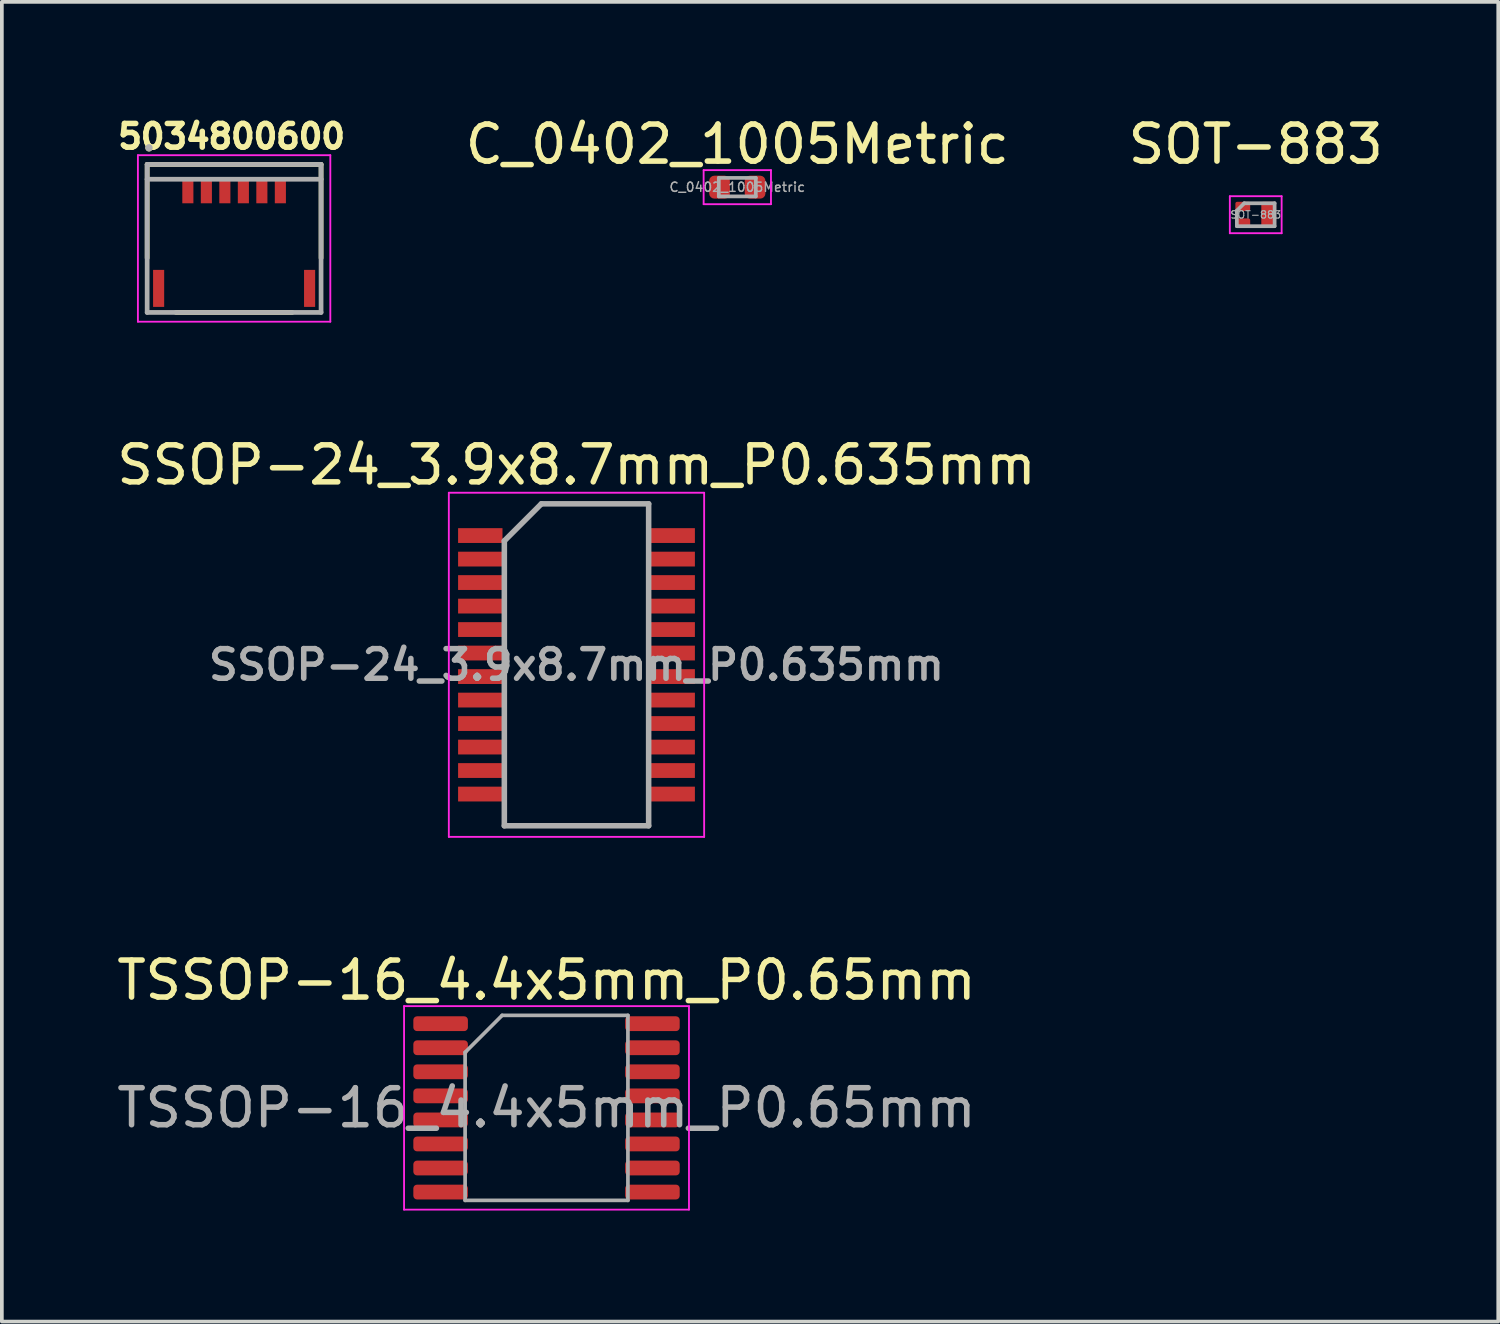
<source format=kicad_pcb>
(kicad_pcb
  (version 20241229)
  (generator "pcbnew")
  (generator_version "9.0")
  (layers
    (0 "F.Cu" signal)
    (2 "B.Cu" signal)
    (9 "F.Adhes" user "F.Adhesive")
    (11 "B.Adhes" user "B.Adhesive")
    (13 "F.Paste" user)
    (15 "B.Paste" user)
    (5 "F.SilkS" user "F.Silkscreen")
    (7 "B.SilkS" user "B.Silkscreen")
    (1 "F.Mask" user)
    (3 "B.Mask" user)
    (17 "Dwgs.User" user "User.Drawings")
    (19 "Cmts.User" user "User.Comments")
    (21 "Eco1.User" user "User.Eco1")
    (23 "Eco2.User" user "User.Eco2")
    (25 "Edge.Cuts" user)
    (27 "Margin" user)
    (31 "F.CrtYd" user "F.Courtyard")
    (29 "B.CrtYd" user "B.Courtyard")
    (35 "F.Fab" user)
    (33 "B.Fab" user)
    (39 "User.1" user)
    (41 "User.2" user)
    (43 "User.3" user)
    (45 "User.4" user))
  (footprint "C_0402_1005Metric"
    (layer "F.Cu")
    (at 16.876 2.008)
    (property "Reference" "C_0402_1005Metric" (at 0 -1.16 0) (layer "F.SilkS") (effects (font (size 1 1) (thickness 0.15))))
    (attr smd)
    (fp_line (start -0.91 -0.46) (end 0.91 -0.46) (stroke (width 0.05) (type solid)) (layer "F.CrtYd"))
    (fp_line (start -0.91 0.46) (end -0.91 -0.46) (stroke (width 0.05) (type solid)) (layer "F.CrtYd"))
    (fp_line (start 0.91 -0.46) (end 0.91 0.46) (stroke (width 0.05) (type solid)) (layer "F.CrtYd"))
    (fp_line (start 0.91 0.46) (end -0.91 0.46) (stroke (width 0.05) (type solid)) (layer "F.CrtYd"))
    (fp_line (start -0.5 -0.25) (end 0.5 -0.25) (stroke (width 0.1) (type solid)) (layer "F.Fab"))
    (fp_line (start -0.5 0.25) (end -0.5 -0.25) (stroke (width 0.1) (type solid)) (layer "F.Fab"))
    (fp_line (start 0.5 -0.25) (end 0.5 0.25) (stroke (width 0.1) (type solid)) (layer "F.Fab"))
    (fp_line (start 0.5 0.25) (end -0.5 0.25) (stroke (width 0.1) (type solid)) (layer "F.Fab"))
    (fp_text user "${REFERENCE}" (at 0 0 0) (layer "F.Fab") (effects (font (size 0.25 0.25) (thickness 0.04))))
    (pad "1" smd roundrect (at -0.48 0) (size 0.56 0.62) (layers "F.Cu" "F.Mask" "F.Paste") (roundrect_rratio 0.25))
    (pad "2" smd roundrect (at 0.48 0) (size 0.56 0.62) (layers "F.Cu" "F.Mask" "F.Paste") (roundrect_rratio 0.25)))
  (footprint "5034800600"
    (layer "F.Cu")
    (at 3.277 3.494)
    (property "Reference" "5034800600" (at -0.068 -2.856 0) (layer "F.SilkS") (effects (font (size 0.64 0.64) (thickness 0.15))))
    (attr smd)
    (fp_line (start -2.35 -2.1) (end -2.35 0.43) (stroke (width 0.127) (type solid)) (layer "F.SilkS"))
    (fp_line (start -2.35 -2.1) (end 2.35 -2.1) (stroke (width 0.127) (type solid)) (layer "F.SilkS"))
    (fp_line (start -1.57 1.9) (end 1.57 1.9) (stroke (width 0.127) (type solid)) (layer "F.SilkS"))
    (fp_line (start 2.35 -2.1) (end 2.35 0.43) (stroke (width 0.127) (type solid)) (layer "F.SilkS"))
    (fp_circle (center -2.3 -2.55) (end -2.25 -2.55) (stroke (width 0.1) (type solid)) (fill no) (layer "F.SilkS"))
    (fp_line (start -2.6 -2.35) (end -2.6 2.15) (stroke (width 0.05) (type solid)) (layer "F.CrtYd"))
    (fp_line (start -2.6 2.15) (end 2.6 2.15) (stroke (width 0.05) (type solid)) (layer "F.CrtYd"))
    (fp_line (start 2.6 -2.35) (end -2.6 -2.35) (stroke (width 0.05) (type solid)) (layer "F.CrtYd"))
    (fp_line (start 2.6 2.15) (end 2.6 -2.35) (stroke (width 0.05) (type solid)) (layer "F.CrtYd"))
    (fp_line (start -2.35 -2.1) (end 2.35 -2.1) (stroke (width 0.127) (type solid)) (layer "F.Fab"))
    (fp_line (start -2.35 -1.7) (end -2.35 -2.1) (stroke (width 0.127) (type solid)) (layer "F.Fab"))
    (fp_line (start -2.35 -1.7) (end 2.35 -1.7) (stroke (width 0.127) (type solid)) (layer "F.Fab"))
    (fp_line (start -2.35 1.9) (end -2.35 -1.7) (stroke (width 0.127) (type solid)) (layer "F.Fab"))
    (fp_line (start 2.35 -2.1) (end 2.35 -1.7) (stroke (width 0.127) (type solid)) (layer "F.Fab"))
    (fp_line (start 2.35 -1.7) (end 2.35 1.9) (stroke (width 0.127) (type solid)) (layer "F.Fab"))
    (fp_line (start 2.35 1.9) (end -2.35 1.9) (stroke (width 0.127) (type solid)) (layer "F.Fab"))
    (fp_circle (center -2.3 -2.55) (end -2.25 -2.55) (stroke (width 0.1) (type solid)) (fill no) (layer "F.Fab"))
    (pad "1" smd rect (at -1.25 -1.4) (size 0.3 0.7) (layers "F.Cu" "F.Mask" "F.Paste"))
    (pad "2" smd rect (at -0.75 -1.4) (size 0.3 0.7) (layers "F.Cu" "F.Mask" "F.Paste"))
    (pad "3" smd rect (at -0.25 -1.4) (size 0.3 0.7) (layers "F.Cu" "F.Mask" "F.Paste"))
    (pad "4" smd rect (at 0.25 -1.4) (size 0.3 0.7) (layers "F.Cu" "F.Mask" "F.Paste"))
    (pad "5" smd rect (at 0.75 -1.4) (size 0.3 0.7) (layers "F.Cu" "F.Mask" "F.Paste"))
    (pad "6" smd rect (at 1.25 -1.4) (size 0.3 0.7) (layers "F.Cu" "F.Mask" "F.Paste"))
    (pad "SH" smd rect (at -2.04 1.25) (size 0.3 1) (layers "F.Cu" "F.Mask" "F.Paste"))
    (pad "SH" smd rect (at 2.04 1.25) (size 0.3 1) (layers "F.Cu" "F.Mask" "F.Paste")))
  (footprint "SOT-883"
    (layer "F.Cu")
    (at 30.887 2.753)
    (property "Reference" "SOT-883" (at 0 -1.905 0) (layer "F.SilkS") (effects (font (size 1 1) (thickness 0.15))))
    (attr smd)
    (fp_line (start -0.7 -0.5) (end 0.7 -0.5) (stroke (width 0.05) (type solid)) (layer "F.CrtYd"))
    (fp_line (start -0.7 0.5) (end -0.7 -0.5) (stroke (width 0.05) (type solid)) (layer "F.CrtYd"))
    (fp_line (start 0.7 -0.5) (end 0.7 0.5) (stroke (width 0.05) (type solid)) (layer "F.CrtYd"))
    (fp_line (start 0.7 0.5) (end -0.7 0.5) (stroke (width 0.05) (type solid)) (layer "F.CrtYd"))
    (fp_line (start -0.51 0.31) (end -0.51 -0.11) (stroke (width 0.1) (type solid)) (layer "F.Fab"))
    (fp_line (start -0.31 -0.31) (end -0.51 -0.11) (stroke (width 0.1) (type solid)) (layer "F.Fab"))
    (fp_line (start -0.31 -0.31) (end 0.51 -0.31) (stroke (width 0.1) (type solid)) (layer "F.Fab"))
    (fp_line (start 0.51 -0.31) (end 0.51 0.31) (stroke (width 0.1) (type solid)) (layer "F.Fab"))
    (fp_line (start 0.51 0.31) (end -0.51 0.31) (stroke (width 0.1) (type solid)) (layer "F.Fab"))
    (fp_text user "${REFERENCE}" (at 0 0 0) (layer "F.Fab") (effects (font (size 0.2 0.2) (thickness 0.03))))
    (pad "1" smd roundrect (at -0.35 -0.225) (size 0.4 0.25) (layers "F.Cu" "F.Mask" "F.Paste") (roundrect_rratio 0.2))
    (pad "2" smd roundrect (at -0.35 0.225) (size 0.4 0.25) (layers "F.Cu" "F.Mask" "F.Paste") (roundrect_rratio 0.2))
    (pad "3" smd roundrect (at 0.35 0) (size 0.4 0.7) (layers "F.Cu" "F.Mask" "F.Paste") (roundrect_rratio 0.125)))
  (footprint "TSSOP-16_4.4x5mm_P0.65mm"
    (layer "F.Cu")
    (at 11.72 26.891)
    (property "Reference" "TSSOP-16_4.4x5mm_P0.65mm" (at 0 -3.45 0) (layer "F.SilkS") (effects (font (size 1 1) (thickness 0.15))))
    (attr smd)
    (fp_line (start -3.85 -2.75) (end -3.85 2.75) (stroke (width 0.05) (type solid)) (layer "F.CrtYd"))
    (fp_line (start -3.85 2.75) (end 3.85 2.75) (stroke (width 0.05) (type solid)) (layer "F.CrtYd"))
    (fp_line (start 3.85 -2.75) (end -3.85 -2.75) (stroke (width 0.05) (type solid)) (layer "F.CrtYd"))
    (fp_line (start 3.85 2.75) (end 3.85 -2.75) (stroke (width 0.05) (type solid)) (layer "F.CrtYd"))
    (fp_line (start -2.2 -1.5) (end -1.2 -2.5) (stroke (width 0.1) (type solid)) (layer "F.Fab"))
    (fp_line (start -2.2 2.5) (end -2.2 -1.5) (stroke (width 0.1) (type solid)) (layer "F.Fab"))
    (fp_line (start -1.2 -2.5) (end 2.2 -2.5) (stroke (width 0.1) (type solid)) (layer "F.Fab"))
    (fp_line (start 2.2 -2.5) (end 2.2 2.5) (stroke (width 0.1) (type solid)) (layer "F.Fab"))
    (fp_line (start 2.2 2.5) (end -2.2 2.5) (stroke (width 0.1) (type solid)) (layer "F.Fab"))
    (fp_text user "${REFERENCE}" (at 0 0 0) (layer "F.Fab") (effects (font (size 1 1) (thickness 0.15))))
    (pad "1" smd roundrect (at -2.862 -2.275) (size 1.475 0.4) (layers "F.Cu" "F.Mask" "F.Paste") (roundrect_rratio 0.25))
    (pad "2" smd roundrect (at -2.862 -1.625) (size 1.475 0.4) (layers "F.Cu" "F.Mask" "F.Paste") (roundrect_rratio 0.25))
    (pad "3" smd roundrect (at -2.862 -0.975) (size 1.475 0.4) (layers "F.Cu" "F.Mask" "F.Paste") (roundrect_rratio 0.25))
    (pad "4" smd roundrect (at -2.862 -0.325) (size 1.475 0.4) (layers "F.Cu" "F.Mask" "F.Paste") (roundrect_rratio 0.25))
    (pad "5" smd roundrect (at -2.862 0.325) (size 1.475 0.4) (layers "F.Cu" "F.Mask" "F.Paste") (roundrect_rratio 0.25))
    (pad "6" smd roundrect (at -2.862 0.975) (size 1.475 0.4) (layers "F.Cu" "F.Mask" "F.Paste") (roundrect_rratio 0.25))
    (pad "7" smd roundrect (at -2.862 1.625) (size 1.475 0.4) (layers "F.Cu" "F.Mask" "F.Paste") (roundrect_rratio 0.25))
    (pad "8" smd roundrect (at -2.862 2.275) (size 1.475 0.4) (layers "F.Cu" "F.Mask" "F.Paste") (roundrect_rratio 0.25))
    (pad "9" smd roundrect (at 2.862 2.275) (size 1.475 0.4) (layers "F.Cu" "F.Mask" "F.Paste") (roundrect_rratio 0.25))
    (pad "10" smd roundrect (at 2.862 1.625) (size 1.475 0.4) (layers "F.Cu" "F.Mask" "F.Paste") (roundrect_rratio 0.25))
    (pad "11" smd roundrect (at 2.862 0.975) (size 1.475 0.4) (layers "F.Cu" "F.Mask" "F.Paste") (roundrect_rratio 0.25))
    (pad "12" smd roundrect (at 2.862 0.325) (size 1.475 0.4) (layers "F.Cu" "F.Mask" "F.Paste") (roundrect_rratio 0.25))
    (pad "13" smd roundrect (at 2.862 -0.325) (size 1.475 0.4) (layers "F.Cu" "F.Mask" "F.Paste") (roundrect_rratio 0.25))
    (pad "14" smd roundrect (at 2.862 -0.975) (size 1.475 0.4) (layers "F.Cu" "F.Mask" "F.Paste") (roundrect_rratio 0.25))
    (pad "15" smd roundrect (at 2.862 -1.625) (size 1.475 0.4) (layers "F.Cu" "F.Mask" "F.Paste") (roundrect_rratio 0.25))
    (pad "16" smd roundrect (at 2.862 -2.275) (size 1.475 0.4) (layers "F.Cu" "F.Mask" "F.Paste") (roundrect_rratio 0.25)))
  (footprint "SSOP-24_3.9x8.7mm_P0.635mm"
    (layer "F.Cu")
    (at 12.53 14.917)
    (property "Reference" "SSOP-24_3.9x8.7mm_P0.635mm" (at 0 -5.4 0) (layer "F.SilkS") (effects (font (size 1 1) (thickness 0.15))))
    (attr smd)
    (fp_line (start -3.45 -4.65) (end -3.45 4.65) (stroke (width 0.05) (type solid)) (layer "F.CrtYd"))
    (fp_line (start -3.45 -4.65) (end 3.45 -4.65) (stroke (width 0.05) (type solid)) (layer "F.CrtYd"))
    (fp_line (start -3.45 4.65) (end 3.45 4.65) (stroke (width 0.05) (type solid)) (layer "F.CrtYd"))
    (fp_line (start 3.45 -4.65) (end 3.45 4.65) (stroke (width 0.05) (type solid)) (layer "F.CrtYd"))
    (fp_line (start -1.95 -3.35) (end -0.95 -4.35) (stroke (width 0.15) (type solid)) (layer "F.Fab"))
    (fp_line (start -1.95 4.35) (end -1.95 -3.35) (stroke (width 0.15) (type solid)) (layer "F.Fab"))
    (fp_line (start -0.95 -4.35) (end 1.95 -4.35) (stroke (width 0.15) (type solid)) (layer "F.Fab"))
    (fp_line (start 1.95 -4.35) (end 1.95 4.35) (stroke (width 0.15) (type solid)) (layer "F.Fab"))
    (fp_line (start 1.95 4.35) (end -1.95 4.35) (stroke (width 0.15) (type solid)) (layer "F.Fab"))
    (fp_text user "${REFERENCE}" (at 0 0 0) (layer "F.Fab") (effects (font (size 0.8 0.8) (thickness 0.15))))
    (pad "1" smd rect (at -2.6 -3.493) (size 1.2 0.4) (layers "F.Cu" "F.Mask" "F.Paste"))
    (pad "2" smd rect (at -2.6 -2.857) (size 1.2 0.4) (layers "F.Cu" "F.Mask" "F.Paste"))
    (pad "3" smd rect (at -2.6 -2.223) (size 1.2 0.4) (layers "F.Cu" "F.Mask" "F.Paste"))
    (pad "4" smd rect (at -2.6 -1.587) (size 1.2 0.4) (layers "F.Cu" "F.Mask" "F.Paste"))
    (pad "5" smd rect (at -2.6 -0.953) (size 1.2 0.4) (layers "F.Cu" "F.Mask" "F.Paste"))
    (pad "6" smd rect (at -2.6 -0.318) (size 1.2 0.4) (layers "F.Cu" "F.Mask" "F.Paste"))
    (pad "7" smd rect (at -2.6 0.318) (size 1.2 0.4) (layers "F.Cu" "F.Mask" "F.Paste"))
    (pad "8" smd rect (at -2.6 0.953) (size 1.2 0.4) (layers "F.Cu" "F.Mask" "F.Paste"))
    (pad "9" smd rect (at -2.6 1.587) (size 1.2 0.4) (layers "F.Cu" "F.Mask" "F.Paste"))
    (pad "10" smd rect (at -2.6 2.223) (size 1.2 0.4) (layers "F.Cu" "F.Mask" "F.Paste"))
    (pad "11" smd rect (at -2.6 2.857) (size 1.2 0.4) (layers "F.Cu" "F.Mask" "F.Paste"))
    (pad "12" smd rect (at -2.6 3.493) (size 1.2 0.4) (layers "F.Cu" "F.Mask" "F.Paste"))
    (pad "13" smd rect (at 2.6 3.493) (size 1.2 0.4) (layers "F.Cu" "F.Mask" "F.Paste"))
    (pad "14" smd rect (at 2.6 2.857) (size 1.2 0.4) (layers "F.Cu" "F.Mask" "F.Paste"))
    (pad "15" smd rect (at 2.6 2.223) (size 1.2 0.4) (layers "F.Cu" "F.Mask" "F.Paste"))
    (pad "16" smd rect (at 2.6 1.587) (size 1.2 0.4) (layers "F.Cu" "F.Mask" "F.Paste"))
    (pad "17" smd rect (at 2.6 0.953) (size 1.2 0.4) (layers "F.Cu" "F.Mask" "F.Paste"))
    (pad "18" smd rect (at 2.6 0.318) (size 1.2 0.4) (layers "F.Cu" "F.Mask" "F.Paste"))
    (pad "19" smd rect (at 2.6 -0.318) (size 1.2 0.4) (layers "F.Cu" "F.Mask" "F.Paste"))
    (pad "20" smd rect (at 2.6 -0.953) (size 1.2 0.4) (layers "F.Cu" "F.Mask" "F.Paste"))
    (pad "21" smd rect (at 2.6 -1.587) (size 1.2 0.4) (layers "F.Cu" "F.Mask" "F.Paste"))
    (pad "22" smd rect (at 2.6 -2.223) (size 1.2 0.4) (layers "F.Cu" "F.Mask" "F.Paste"))
    (pad "23" smd rect (at 2.6 -2.857) (size 1.2 0.4) (layers "F.Cu" "F.Mask" "F.Paste"))
    (pad "24" smd rect (at 2.6 -3.493) (size 1.2 0.4) (layers "F.Cu" "F.Mask" "F.Paste")))
  (gr_rect
    (start -3 -3)
    (end 37.441 32.666)
    (stroke (width 0.1) (type default))
    (fill no)
    (layer "Edge.Cuts")))
</source>
